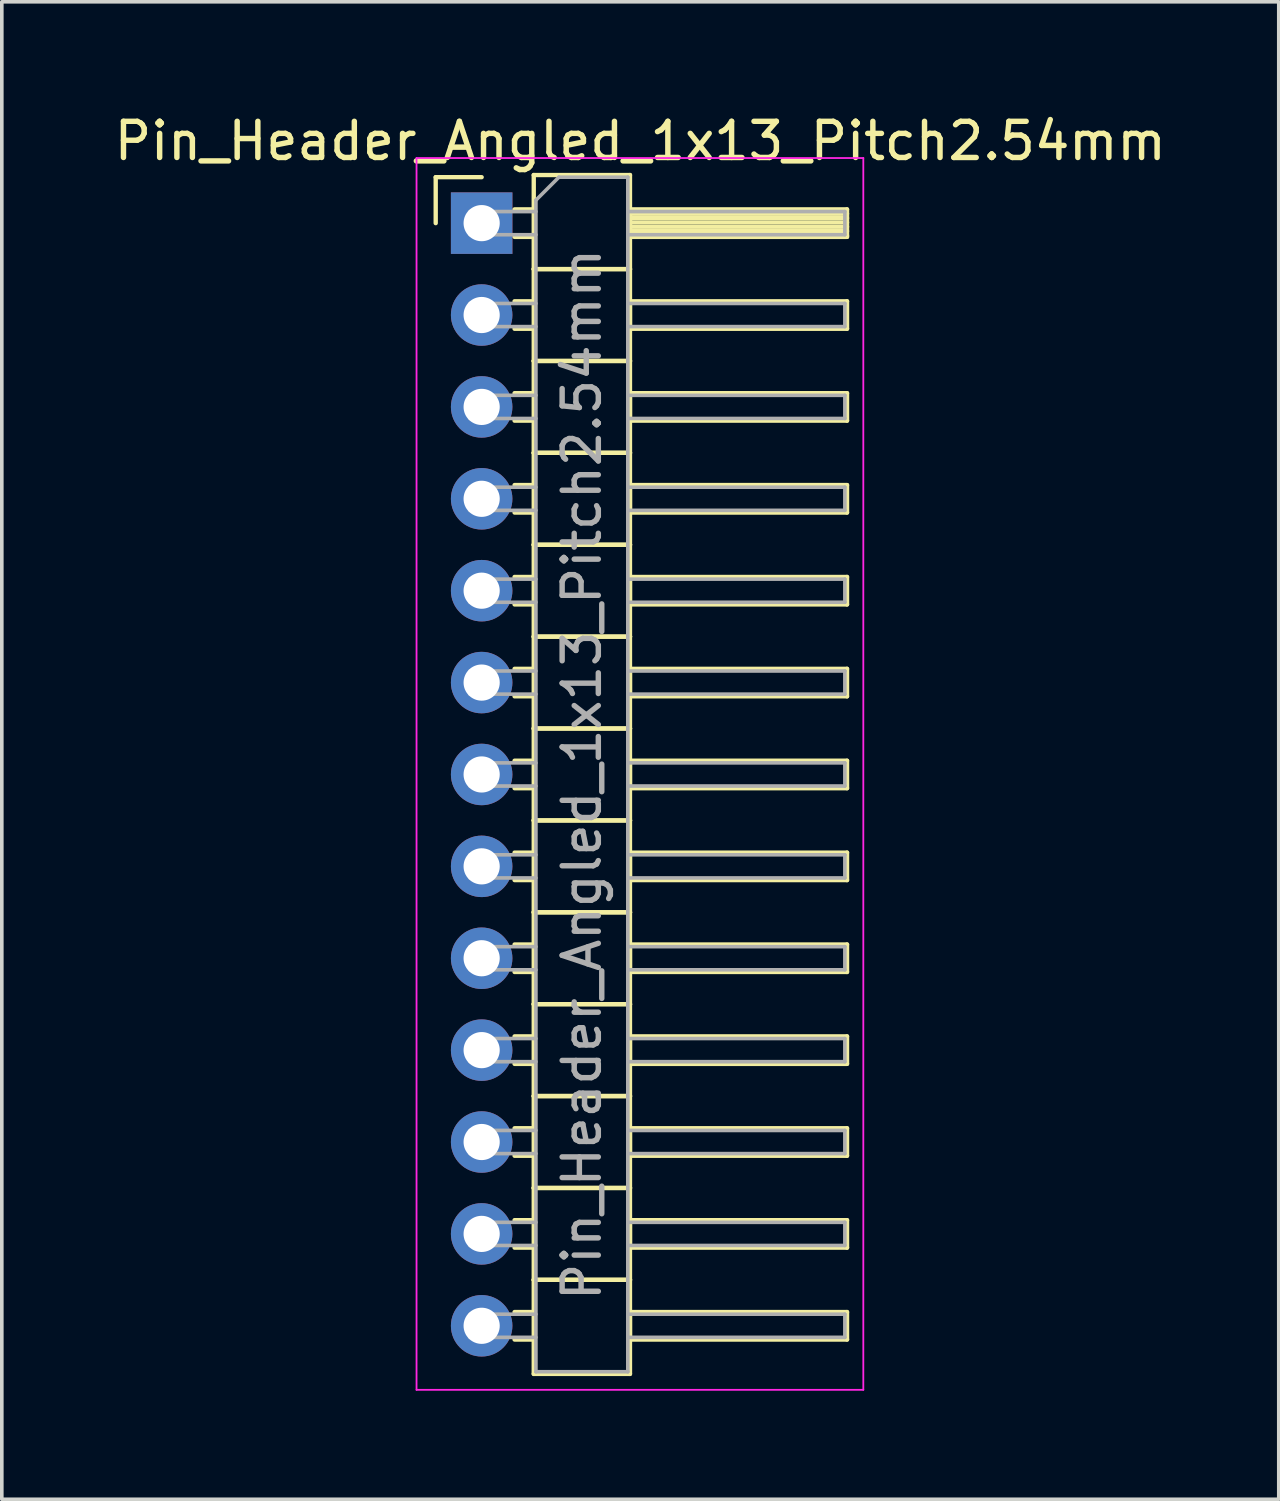
<source format=kicad_pcb>
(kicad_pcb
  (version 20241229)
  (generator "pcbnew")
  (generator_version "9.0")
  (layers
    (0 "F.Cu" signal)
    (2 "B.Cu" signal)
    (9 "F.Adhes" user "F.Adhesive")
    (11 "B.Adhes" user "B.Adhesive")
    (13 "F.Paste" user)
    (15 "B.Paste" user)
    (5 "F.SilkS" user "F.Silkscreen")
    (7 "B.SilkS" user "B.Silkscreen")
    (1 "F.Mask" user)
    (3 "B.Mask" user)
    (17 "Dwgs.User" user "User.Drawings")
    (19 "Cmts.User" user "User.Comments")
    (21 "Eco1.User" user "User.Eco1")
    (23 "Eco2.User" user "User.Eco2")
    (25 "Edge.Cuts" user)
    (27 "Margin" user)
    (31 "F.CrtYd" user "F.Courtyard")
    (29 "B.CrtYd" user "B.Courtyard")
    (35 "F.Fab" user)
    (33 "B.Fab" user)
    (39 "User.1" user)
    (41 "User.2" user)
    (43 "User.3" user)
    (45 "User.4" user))
  (footprint "Pin_Header_Angled_1x13_Pitch2.54mm"
    (layer "F.Cu")
    (at 10.264 3.118)
    (property "Reference" "Pin_Header_Angled_1x13_Pitch2.54mm" (at 4.385 -2.27 0) (layer "F.SilkS") (effects (font (size 1 1) (thickness 0.15))))
    (attr through_hole)
    (fp_line (start -1.27 -1.27) (end 0 -1.27) (stroke (width 0.12) (type solid)) (layer "F.SilkS"))
    (fp_line (start -1.27 0) (end -1.27 -1.27) (stroke (width 0.12) (type solid)) (layer "F.SilkS"))
    (fp_line (start 0.91 -0.38) (end 1.44 -0.38) (stroke (width 0.12) (type solid)) (layer "F.SilkS"))
    (fp_line (start 0.91 0.38) (end 1.44 0.38) (stroke (width 0.12) (type solid)) (layer "F.SilkS"))
    (fp_line (start 0.91 2.16) (end 1.44 2.16) (stroke (width 0.12) (type solid)) (layer "F.SilkS"))
    (fp_line (start 0.91 2.92) (end 1.44 2.92) (stroke (width 0.12) (type solid)) (layer "F.SilkS"))
    (fp_line (start 0.91 4.7) (end 1.44 4.7) (stroke (width 0.12) (type solid)) (layer "F.SilkS"))
    (fp_line (start 0.91 5.46) (end 1.44 5.46) (stroke (width 0.12) (type solid)) (layer "F.SilkS"))
    (fp_line (start 0.91 7.24) (end 1.44 7.24) (stroke (width 0.12) (type solid)) (layer "F.SilkS"))
    (fp_line (start 0.91 8) (end 1.44 8) (stroke (width 0.12) (type solid)) (layer "F.SilkS"))
    (fp_line (start 0.91 9.78) (end 1.44 9.78) (stroke (width 0.12) (type solid)) (layer "F.SilkS"))
    (fp_line (start 0.91 10.54) (end 1.44 10.54) (stroke (width 0.12) (type solid)) (layer "F.SilkS"))
    (fp_line (start 0.91 12.32) (end 1.44 12.32) (stroke (width 0.12) (type solid)) (layer "F.SilkS"))
    (fp_line (start 0.91 13.08) (end 1.44 13.08) (stroke (width 0.12) (type solid)) (layer "F.SilkS"))
    (fp_line (start 0.91 14.86) (end 1.44 14.86) (stroke (width 0.12) (type solid)) (layer "F.SilkS"))
    (fp_line (start 0.91 15.62) (end 1.44 15.62) (stroke (width 0.12) (type solid)) (layer "F.SilkS"))
    (fp_line (start 0.91 17.4) (end 1.44 17.4) (stroke (width 0.12) (type solid)) (layer "F.SilkS"))
    (fp_line (start 0.91 18.16) (end 1.44 18.16) (stroke (width 0.12) (type solid)) (layer "F.SilkS"))
    (fp_line (start 0.91 19.94) (end 1.44 19.94) (stroke (width 0.12) (type solid)) (layer "F.SilkS"))
    (fp_line (start 0.91 20.7) (end 1.44 20.7) (stroke (width 0.12) (type solid)) (layer "F.SilkS"))
    (fp_line (start 0.91 22.48) (end 1.44 22.48) (stroke (width 0.12) (type solid)) (layer "F.SilkS"))
    (fp_line (start 0.91 23.24) (end 1.44 23.24) (stroke (width 0.12) (type solid)) (layer "F.SilkS"))
    (fp_line (start 0.91 25.02) (end 1.44 25.02) (stroke (width 0.12) (type solid)) (layer "F.SilkS"))
    (fp_line (start 0.91 25.78) (end 1.44 25.78) (stroke (width 0.12) (type solid)) (layer "F.SilkS"))
    (fp_line (start 0.91 27.56) (end 1.44 27.56) (stroke (width 0.12) (type solid)) (layer "F.SilkS"))
    (fp_line (start 0.91 28.32) (end 1.44 28.32) (stroke (width 0.12) (type solid)) (layer "F.SilkS"))
    (fp_line (start 0.91 30.1) (end 1.44 30.1) (stroke (width 0.12) (type solid)) (layer "F.SilkS"))
    (fp_line (start 0.91 30.86) (end 1.44 30.86) (stroke (width 0.12) (type solid)) (layer "F.SilkS"))
    (fp_line (start 1.44 -1.33) (end 1.44 1.27) (stroke (width 0.12) (type solid)) (layer "F.SilkS"))
    (fp_line (start 1.44 1.27) (end 1.44 3.81) (stroke (width 0.12) (type solid)) (layer "F.SilkS"))
    (fp_line (start 1.44 1.27) (end 4.1 1.27) (stroke (width 0.12) (type solid)) (layer "F.SilkS"))
    (fp_line (start 1.44 3.81) (end 1.44 6.35) (stroke (width 0.12) (type solid)) (layer "F.SilkS"))
    (fp_line (start 1.44 3.81) (end 4.1 3.81) (stroke (width 0.12) (type solid)) (layer "F.SilkS"))
    (fp_line (start 1.44 6.35) (end 1.44 8.89) (stroke (width 0.12) (type solid)) (layer "F.SilkS"))
    (fp_line (start 1.44 6.35) (end 4.1 6.35) (stroke (width 0.12) (type solid)) (layer "F.SilkS"))
    (fp_line (start 1.44 8.89) (end 1.44 11.43) (stroke (width 0.12) (type solid)) (layer "F.SilkS"))
    (fp_line (start 1.44 8.89) (end 4.1 8.89) (stroke (width 0.12) (type solid)) (layer "F.SilkS"))
    (fp_line (start 1.44 11.43) (end 1.44 13.97) (stroke (width 0.12) (type solid)) (layer "F.SilkS"))
    (fp_line (start 1.44 11.43) (end 4.1 11.43) (stroke (width 0.12) (type solid)) (layer "F.SilkS"))
    (fp_line (start 1.44 13.97) (end 1.44 16.51) (stroke (width 0.12) (type solid)) (layer "F.SilkS"))
    (fp_line (start 1.44 13.97) (end 4.1 13.97) (stroke (width 0.12) (type solid)) (layer "F.SilkS"))
    (fp_line (start 1.44 16.51) (end 1.44 19.05) (stroke (width 0.12) (type solid)) (layer "F.SilkS"))
    (fp_line (start 1.44 16.51) (end 4.1 16.51) (stroke (width 0.12) (type solid)) (layer "F.SilkS"))
    (fp_line (start 1.44 19.05) (end 1.44 21.59) (stroke (width 0.12) (type solid)) (layer "F.SilkS"))
    (fp_line (start 1.44 19.05) (end 4.1 19.05) (stroke (width 0.12) (type solid)) (layer "F.SilkS"))
    (fp_line (start 1.44 21.59) (end 1.44 24.13) (stroke (width 0.12) (type solid)) (layer "F.SilkS"))
    (fp_line (start 1.44 21.59) (end 4.1 21.59) (stroke (width 0.12) (type solid)) (layer "F.SilkS"))
    (fp_line (start 1.44 24.13) (end 1.44 26.67) (stroke (width 0.12) (type solid)) (layer "F.SilkS"))
    (fp_line (start 1.44 24.13) (end 4.1 24.13) (stroke (width 0.12) (type solid)) (layer "F.SilkS"))
    (fp_line (start 1.44 26.67) (end 1.44 29.21) (stroke (width 0.12) (type solid)) (layer "F.SilkS"))
    (fp_line (start 1.44 26.67) (end 4.1 26.67) (stroke (width 0.12) (type solid)) (layer "F.SilkS"))
    (fp_line (start 1.44 29.21) (end 1.44 31.81) (stroke (width 0.12) (type solid)) (layer "F.SilkS"))
    (fp_line (start 1.44 29.21) (end 4.1 29.21) (stroke (width 0.12) (type solid)) (layer "F.SilkS"))
    (fp_line (start 1.44 31.81) (end 4.1 31.81) (stroke (width 0.12) (type solid)) (layer "F.SilkS"))
    (fp_line (start 4.1 -1.33) (end 1.44 -1.33) (stroke (width 0.12) (type solid)) (layer "F.SilkS"))
    (fp_line (start 4.1 -0.38) (end 4.1 0.38) (stroke (width 0.12) (type solid)) (layer "F.SilkS"))
    (fp_line (start 4.1 -0.26) (end 10.1 -0.26) (stroke (width 0.12) (type solid)) (layer "F.SilkS"))
    (fp_line (start 4.1 -0.14) (end 10.1 -0.14) (stroke (width 0.12) (type solid)) (layer "F.SilkS"))
    (fp_line (start 4.1 -0.02) (end 10.1 -0.02) (stroke (width 0.12) (type solid)) (layer "F.SilkS"))
    (fp_line (start 4.1 0.1) (end 10.1 0.1) (stroke (width 0.12) (type solid)) (layer "F.SilkS"))
    (fp_line (start 4.1 0.22) (end 10.1 0.22) (stroke (width 0.12) (type solid)) (layer "F.SilkS"))
    (fp_line (start 4.1 0.34) (end 10.1 0.34) (stroke (width 0.12) (type solid)) (layer "F.SilkS"))
    (fp_line (start 4.1 0.38) (end 10.1 0.38) (stroke (width 0.12) (type solid)) (layer "F.SilkS"))
    (fp_line (start 4.1 1.27) (end 1.44 1.27) (stroke (width 0.12) (type solid)) (layer "F.SilkS"))
    (fp_line (start 4.1 1.27) (end 4.1 -1.33) (stroke (width 0.12) (type solid)) (layer "F.SilkS"))
    (fp_line (start 4.1 2.16) (end 4.1 2.92) (stroke (width 0.12) (type solid)) (layer "F.SilkS"))
    (fp_line (start 4.1 2.92) (end 10.1 2.92) (stroke (width 0.12) (type solid)) (layer "F.SilkS"))
    (fp_line (start 4.1 3.81) (end 1.44 3.81) (stroke (width 0.12) (type solid)) (layer "F.SilkS"))
    (fp_line (start 4.1 3.81) (end 4.1 1.27) (stroke (width 0.12) (type solid)) (layer "F.SilkS"))
    (fp_line (start 4.1 4.7) (end 4.1 5.46) (stroke (width 0.12) (type solid)) (layer "F.SilkS"))
    (fp_line (start 4.1 5.46) (end 10.1 5.46) (stroke (width 0.12) (type solid)) (layer "F.SilkS"))
    (fp_line (start 4.1 6.35) (end 1.44 6.35) (stroke (width 0.12) (type solid)) (layer "F.SilkS"))
    (fp_line (start 4.1 6.35) (end 4.1 3.81) (stroke (width 0.12) (type solid)) (layer "F.SilkS"))
    (fp_line (start 4.1 7.24) (end 4.1 8) (stroke (width 0.12) (type solid)) (layer "F.SilkS"))
    (fp_line (start 4.1 8) (end 10.1 8) (stroke (width 0.12) (type solid)) (layer "F.SilkS"))
    (fp_line (start 4.1 8.89) (end 1.44 8.89) (stroke (width 0.12) (type solid)) (layer "F.SilkS"))
    (fp_line (start 4.1 8.89) (end 4.1 6.35) (stroke (width 0.12) (type solid)) (layer "F.SilkS"))
    (fp_line (start 4.1 9.78) (end 4.1 10.54) (stroke (width 0.12) (type solid)) (layer "F.SilkS"))
    (fp_line (start 4.1 10.54) (end 10.1 10.54) (stroke (width 0.12) (type solid)) (layer "F.SilkS"))
    (fp_line (start 4.1 11.43) (end 1.44 11.43) (stroke (width 0.12) (type solid)) (layer "F.SilkS"))
    (fp_line (start 4.1 11.43) (end 4.1 8.89) (stroke (width 0.12) (type solid)) (layer "F.SilkS"))
    (fp_line (start 4.1 12.32) (end 4.1 13.08) (stroke (width 0.12) (type solid)) (layer "F.SilkS"))
    (fp_line (start 4.1 13.08) (end 10.1 13.08) (stroke (width 0.12) (type solid)) (layer "F.SilkS"))
    (fp_line (start 4.1 13.97) (end 1.44 13.97) (stroke (width 0.12) (type solid)) (layer "F.SilkS"))
    (fp_line (start 4.1 13.97) (end 4.1 11.43) (stroke (width 0.12) (type solid)) (layer "F.SilkS"))
    (fp_line (start 4.1 14.86) (end 4.1 15.62) (stroke (width 0.12) (type solid)) (layer "F.SilkS"))
    (fp_line (start 4.1 15.62) (end 10.1 15.62) (stroke (width 0.12) (type solid)) (layer "F.SilkS"))
    (fp_line (start 4.1 16.51) (end 1.44 16.51) (stroke (width 0.12) (type solid)) (layer "F.SilkS"))
    (fp_line (start 4.1 16.51) (end 4.1 13.97) (stroke (width 0.12) (type solid)) (layer "F.SilkS"))
    (fp_line (start 4.1 17.4) (end 4.1 18.16) (stroke (width 0.12) (type solid)) (layer "F.SilkS"))
    (fp_line (start 4.1 18.16) (end 10.1 18.16) (stroke (width 0.12) (type solid)) (layer "F.SilkS"))
    (fp_line (start 4.1 19.05) (end 1.44 19.05) (stroke (width 0.12) (type solid)) (layer "F.SilkS"))
    (fp_line (start 4.1 19.05) (end 4.1 16.51) (stroke (width 0.12) (type solid)) (layer "F.SilkS"))
    (fp_line (start 4.1 19.94) (end 4.1 20.7) (stroke (width 0.12) (type solid)) (layer "F.SilkS"))
    (fp_line (start 4.1 20.7) (end 10.1 20.7) (stroke (width 0.12) (type solid)) (layer "F.SilkS"))
    (fp_line (start 4.1 21.59) (end 1.44 21.59) (stroke (width 0.12) (type solid)) (layer "F.SilkS"))
    (fp_line (start 4.1 21.59) (end 4.1 19.05) (stroke (width 0.12) (type solid)) (layer "F.SilkS"))
    (fp_line (start 4.1 22.48) (end 4.1 23.24) (stroke (width 0.12) (type solid)) (layer "F.SilkS"))
    (fp_line (start 4.1 23.24) (end 10.1 23.24) (stroke (width 0.12) (type solid)) (layer "F.SilkS"))
    (fp_line (start 4.1 24.13) (end 1.44 24.13) (stroke (width 0.12) (type solid)) (layer "F.SilkS"))
    (fp_line (start 4.1 24.13) (end 4.1 21.59) (stroke (width 0.12) (type solid)) (layer "F.SilkS"))
    (fp_line (start 4.1 25.02) (end 4.1 25.78) (stroke (width 0.12) (type solid)) (layer "F.SilkS"))
    (fp_line (start 4.1 25.78) (end 10.1 25.78) (stroke (width 0.12) (type solid)) (layer "F.SilkS"))
    (fp_line (start 4.1 26.67) (end 1.44 26.67) (stroke (width 0.12) (type solid)) (layer "F.SilkS"))
    (fp_line (start 4.1 26.67) (end 4.1 24.13) (stroke (width 0.12) (type solid)) (layer "F.SilkS"))
    (fp_line (start 4.1 27.56) (end 4.1 28.32) (stroke (width 0.12) (type solid)) (layer "F.SilkS"))
    (fp_line (start 4.1 28.32) (end 10.1 28.32) (stroke (width 0.12) (type solid)) (layer "F.SilkS"))
    (fp_line (start 4.1 29.21) (end 1.44 29.21) (stroke (width 0.12) (type solid)) (layer "F.SilkS"))
    (fp_line (start 4.1 29.21) (end 4.1 26.67) (stroke (width 0.12) (type solid)) (layer "F.SilkS"))
    (fp_line (start 4.1 30.1) (end 4.1 30.86) (stroke (width 0.12) (type solid)) (layer "F.SilkS"))
    (fp_line (start 4.1 30.86) (end 10.1 30.86) (stroke (width 0.12) (type solid)) (layer "F.SilkS"))
    (fp_line (start 4.1 31.81) (end 4.1 29.21) (stroke (width 0.12) (type solid)) (layer "F.SilkS"))
    (fp_line (start 10.1 -0.38) (end 4.1 -0.38) (stroke (width 0.12) (type solid)) (layer "F.SilkS"))
    (fp_line (start 10.1 0.38) (end 10.1 -0.38) (stroke (width 0.12) (type solid)) (layer "F.SilkS"))
    (fp_line (start 10.1 2.16) (end 4.1 2.16) (stroke (width 0.12) (type solid)) (layer "F.SilkS"))
    (fp_line (start 10.1 2.92) (end 10.1 2.16) (stroke (width 0.12) (type solid)) (layer "F.SilkS"))
    (fp_line (start 10.1 4.7) (end 4.1 4.7) (stroke (width 0.12) (type solid)) (layer "F.SilkS"))
    (fp_line (start 10.1 5.46) (end 10.1 4.7) (stroke (width 0.12) (type solid)) (layer "F.SilkS"))
    (fp_line (start 10.1 7.24) (end 4.1 7.24) (stroke (width 0.12) (type solid)) (layer "F.SilkS"))
    (fp_line (start 10.1 8) (end 10.1 7.24) (stroke (width 0.12) (type solid)) (layer "F.SilkS"))
    (fp_line (start 10.1 9.78) (end 4.1 9.78) (stroke (width 0.12) (type solid)) (layer "F.SilkS"))
    (fp_line (start 10.1 10.54) (end 10.1 9.78) (stroke (width 0.12) (type solid)) (layer "F.SilkS"))
    (fp_line (start 10.1 12.32) (end 4.1 12.32) (stroke (width 0.12) (type solid)) (layer "F.SilkS"))
    (fp_line (start 10.1 13.08) (end 10.1 12.32) (stroke (width 0.12) (type solid)) (layer "F.SilkS"))
    (fp_line (start 10.1 14.86) (end 4.1 14.86) (stroke (width 0.12) (type solid)) (layer "F.SilkS"))
    (fp_line (start 10.1 15.62) (end 10.1 14.86) (stroke (width 0.12) (type solid)) (layer "F.SilkS"))
    (fp_line (start 10.1 17.4) (end 4.1 17.4) (stroke (width 0.12) (type solid)) (layer "F.SilkS"))
    (fp_line (start 10.1 18.16) (end 10.1 17.4) (stroke (width 0.12) (type solid)) (layer "F.SilkS"))
    (fp_line (start 10.1 19.94) (end 4.1 19.94) (stroke (width 0.12) (type solid)) (layer "F.SilkS"))
    (fp_line (start 10.1 20.7) (end 10.1 19.94) (stroke (width 0.12) (type solid)) (layer "F.SilkS"))
    (fp_line (start 10.1 22.48) (end 4.1 22.48) (stroke (width 0.12) (type solid)) (layer "F.SilkS"))
    (fp_line (start 10.1 23.24) (end 10.1 22.48) (stroke (width 0.12) (type solid)) (layer "F.SilkS"))
    (fp_line (start 10.1 25.02) (end 4.1 25.02) (stroke (width 0.12) (type solid)) (layer "F.SilkS"))
    (fp_line (start 10.1 25.78) (end 10.1 25.02) (stroke (width 0.12) (type solid)) (layer "F.SilkS"))
    (fp_line (start 10.1 27.56) (end 4.1 27.56) (stroke (width 0.12) (type solid)) (layer "F.SilkS"))
    (fp_line (start 10.1 28.32) (end 10.1 27.56) (stroke (width 0.12) (type solid)) (layer "F.SilkS"))
    (fp_line (start 10.1 30.1) (end 4.1 30.1) (stroke (width 0.12) (type solid)) (layer "F.SilkS"))
    (fp_line (start 10.1 30.86) (end 10.1 30.1) (stroke (width 0.12) (type solid)) (layer "F.SilkS"))
    (fp_line (start -1.8 -1.8) (end -1.8 32.25) (stroke (width 0.05) (type solid)) (layer "F.CrtYd"))
    (fp_line (start -1.8 32.25) (end 10.55 32.25) (stroke (width 0.05) (type solid)) (layer "F.CrtYd"))
    (fp_line (start 10.55 -1.8) (end -1.8 -1.8) (stroke (width 0.05) (type solid)) (layer "F.CrtYd"))
    (fp_line (start 10.55 32.25) (end 10.55 -1.8) (stroke (width 0.05) (type solid)) (layer "F.CrtYd"))
    (fp_line (start -0.32 -0.32) (end -0.32 0.32) (stroke (width 0.1) (type solid)) (layer "F.Fab"))
    (fp_line (start -0.32 -0.32) (end 1.5 -0.32) (stroke (width 0.1) (type solid)) (layer "F.Fab"))
    (fp_line (start -0.32 0.32) (end 1.5 0.32) (stroke (width 0.1) (type solid)) (layer "F.Fab"))
    (fp_line (start -0.32 2.22) (end -0.32 2.86) (stroke (width 0.1) (type solid)) (layer "F.Fab"))
    (fp_line (start -0.32 2.22) (end 1.5 2.22) (stroke (width 0.1) (type solid)) (layer "F.Fab"))
    (fp_line (start -0.32 2.86) (end 1.5 2.86) (stroke (width 0.1) (type solid)) (layer "F.Fab"))
    (fp_line (start -0.32 4.76) (end -0.32 5.4) (stroke (width 0.1) (type solid)) (layer "F.Fab"))
    (fp_line (start -0.32 4.76) (end 1.5 4.76) (stroke (width 0.1) (type solid)) (layer "F.Fab"))
    (fp_line (start -0.32 5.4) (end 1.5 5.4) (stroke (width 0.1) (type solid)) (layer "F.Fab"))
    (fp_line (start -0.32 7.3) (end -0.32 7.94) (stroke (width 0.1) (type solid)) (layer "F.Fab"))
    (fp_line (start -0.32 7.3) (end 1.5 7.3) (stroke (width 0.1) (type solid)) (layer "F.Fab"))
    (fp_line (start -0.32 7.94) (end 1.5 7.94) (stroke (width 0.1) (type solid)) (layer "F.Fab"))
    (fp_line (start -0.32 9.84) (end -0.32 10.48) (stroke (width 0.1) (type solid)) (layer "F.Fab"))
    (fp_line (start -0.32 9.84) (end 1.5 9.84) (stroke (width 0.1) (type solid)) (layer "F.Fab"))
    (fp_line (start -0.32 10.48) (end 1.5 10.48) (stroke (width 0.1) (type solid)) (layer "F.Fab"))
    (fp_line (start -0.32 12.38) (end -0.32 13.02) (stroke (width 0.1) (type solid)) (layer "F.Fab"))
    (fp_line (start -0.32 12.38) (end 1.5 12.38) (stroke (width 0.1) (type solid)) (layer "F.Fab"))
    (fp_line (start -0.32 13.02) (end 1.5 13.02) (stroke (width 0.1) (type solid)) (layer "F.Fab"))
    (fp_line (start -0.32 14.92) (end -0.32 15.56) (stroke (width 0.1) (type solid)) (layer "F.Fab"))
    (fp_line (start -0.32 14.92) (end 1.5 14.92) (stroke (width 0.1) (type solid)) (layer "F.Fab"))
    (fp_line (start -0.32 15.56) (end 1.5 15.56) (stroke (width 0.1) (type solid)) (layer "F.Fab"))
    (fp_line (start -0.32 17.46) (end -0.32 18.1) (stroke (width 0.1) (type solid)) (layer "F.Fab"))
    (fp_line (start -0.32 17.46) (end 1.5 17.46) (stroke (width 0.1) (type solid)) (layer "F.Fab"))
    (fp_line (start -0.32 18.1) (end 1.5 18.1) (stroke (width 0.1) (type solid)) (layer "F.Fab"))
    (fp_line (start -0.32 20) (end -0.32 20.64) (stroke (width 0.1) (type solid)) (layer "F.Fab"))
    (fp_line (start -0.32 20) (end 1.5 20) (stroke (width 0.1) (type solid)) (layer "F.Fab"))
    (fp_line (start -0.32 20.64) (end 1.5 20.64) (stroke (width 0.1) (type solid)) (layer "F.Fab"))
    (fp_line (start -0.32 22.54) (end -0.32 23.18) (stroke (width 0.1) (type solid)) (layer "F.Fab"))
    (fp_line (start -0.32 22.54) (end 1.5 22.54) (stroke (width 0.1) (type solid)) (layer "F.Fab"))
    (fp_line (start -0.32 23.18) (end 1.5 23.18) (stroke (width 0.1) (type solid)) (layer "F.Fab"))
    (fp_line (start -0.32 25.08) (end -0.32 25.72) (stroke (width 0.1) (type solid)) (layer "F.Fab"))
    (fp_line (start -0.32 25.08) (end 1.5 25.08) (stroke (width 0.1) (type solid)) (layer "F.Fab"))
    (fp_line (start -0.32 25.72) (end 1.5 25.72) (stroke (width 0.1) (type solid)) (layer "F.Fab"))
    (fp_line (start -0.32 27.62) (end -0.32 28.26) (stroke (width 0.1) (type solid)) (layer "F.Fab"))
    (fp_line (start -0.32 27.62) (end 1.5 27.62) (stroke (width 0.1) (type solid)) (layer "F.Fab"))
    (fp_line (start -0.32 28.26) (end 1.5 28.26) (stroke (width 0.1) (type solid)) (layer "F.Fab"))
    (fp_line (start -0.32 30.16) (end -0.32 30.8) (stroke (width 0.1) (type solid)) (layer "F.Fab"))
    (fp_line (start -0.32 30.16) (end 1.5 30.16) (stroke (width 0.1) (type solid)) (layer "F.Fab"))
    (fp_line (start -0.32 30.8) (end 1.5 30.8) (stroke (width 0.1) (type solid)) (layer "F.Fab"))
    (fp_line (start 1.5 -0.635) (end 2.135 -1.27) (stroke (width 0.1) (type solid)) (layer "F.Fab"))
    (fp_line (start 1.5 31.75) (end 1.5 -0.635) (stroke (width 0.1) (type solid)) (layer "F.Fab"))
    (fp_line (start 2.135 -1.27) (end 4.04 -1.27) (stroke (width 0.1) (type solid)) (layer "F.Fab"))
    (fp_line (start 4.04 -1.27) (end 4.04 31.75) (stroke (width 0.1) (type solid)) (layer "F.Fab"))
    (fp_line (start 4.04 -0.32) (end 10.04 -0.32) (stroke (width 0.1) (type solid)) (layer "F.Fab"))
    (fp_line (start 4.04 0.32) (end 10.04 0.32) (stroke (width 0.1) (type solid)) (layer "F.Fab"))
    (fp_line (start 4.04 2.22) (end 10.04 2.22) (stroke (width 0.1) (type solid)) (layer "F.Fab"))
    (fp_line (start 4.04 2.86) (end 10.04 2.86) (stroke (width 0.1) (type solid)) (layer "F.Fab"))
    (fp_line (start 4.04 4.76) (end 10.04 4.76) (stroke (width 0.1) (type solid)) (layer "F.Fab"))
    (fp_line (start 4.04 5.4) (end 10.04 5.4) (stroke (width 0.1) (type solid)) (layer "F.Fab"))
    (fp_line (start 4.04 7.3) (end 10.04 7.3) (stroke (width 0.1) (type solid)) (layer "F.Fab"))
    (fp_line (start 4.04 7.94) (end 10.04 7.94) (stroke (width 0.1) (type solid)) (layer "F.Fab"))
    (fp_line (start 4.04 9.84) (end 10.04 9.84) (stroke (width 0.1) (type solid)) (layer "F.Fab"))
    (fp_line (start 4.04 10.48) (end 10.04 10.48) (stroke (width 0.1) (type solid)) (layer "F.Fab"))
    (fp_line (start 4.04 12.38) (end 10.04 12.38) (stroke (width 0.1) (type solid)) (layer "F.Fab"))
    (fp_line (start 4.04 13.02) (end 10.04 13.02) (stroke (width 0.1) (type solid)) (layer "F.Fab"))
    (fp_line (start 4.04 14.92) (end 10.04 14.92) (stroke (width 0.1) (type solid)) (layer "F.Fab"))
    (fp_line (start 4.04 15.56) (end 10.04 15.56) (stroke (width 0.1) (type solid)) (layer "F.Fab"))
    (fp_line (start 4.04 17.46) (end 10.04 17.46) (stroke (width 0.1) (type solid)) (layer "F.Fab"))
    (fp_line (start 4.04 18.1) (end 10.04 18.1) (stroke (width 0.1) (type solid)) (layer "F.Fab"))
    (fp_line (start 4.04 20) (end 10.04 20) (stroke (width 0.1) (type solid)) (layer "F.Fab"))
    (fp_line (start 4.04 20.64) (end 10.04 20.64) (stroke (width 0.1) (type solid)) (layer "F.Fab"))
    (fp_line (start 4.04 22.54) (end 10.04 22.54) (stroke (width 0.1) (type solid)) (layer "F.Fab"))
    (fp_line (start 4.04 23.18) (end 10.04 23.18) (stroke (width 0.1) (type solid)) (layer "F.Fab"))
    (fp_line (start 4.04 25.08) (end 10.04 25.08) (stroke (width 0.1) (type solid)) (layer "F.Fab"))
    (fp_line (start 4.04 25.72) (end 10.04 25.72) (stroke (width 0.1) (type solid)) (layer "F.Fab"))
    (fp_line (start 4.04 27.62) (end 10.04 27.62) (stroke (width 0.1) (type solid)) (layer "F.Fab"))
    (fp_line (start 4.04 28.26) (end 10.04 28.26) (stroke (width 0.1) (type solid)) (layer "F.Fab"))
    (fp_line (start 4.04 30.16) (end 10.04 30.16) (stroke (width 0.1) (type solid)) (layer "F.Fab"))
    (fp_line (start 4.04 30.8) (end 10.04 30.8) (stroke (width 0.1) (type solid)) (layer "F.Fab"))
    (fp_line (start 4.04 31.75) (end 1.5 31.75) (stroke (width 0.1) (type solid)) (layer "F.Fab"))
    (fp_line (start 10.04 -0.32) (end 10.04 0.32) (stroke (width 0.1) (type solid)) (layer "F.Fab"))
    (fp_line (start 10.04 2.22) (end 10.04 2.86) (stroke (width 0.1) (type solid)) (layer "F.Fab"))
    (fp_line (start 10.04 4.76) (end 10.04 5.4) (stroke (width 0.1) (type solid)) (layer "F.Fab"))
    (fp_line (start 10.04 7.3) (end 10.04 7.94) (stroke (width 0.1) (type solid)) (layer "F.Fab"))
    (fp_line (start 10.04 9.84) (end 10.04 10.48) (stroke (width 0.1) (type solid)) (layer "F.Fab"))
    (fp_line (start 10.04 12.38) (end 10.04 13.02) (stroke (width 0.1) (type solid)) (layer "F.Fab"))
    (fp_line (start 10.04 14.92) (end 10.04 15.56) (stroke (width 0.1) (type solid)) (layer "F.Fab"))
    (fp_line (start 10.04 17.46) (end 10.04 18.1) (stroke (width 0.1) (type solid)) (layer "F.Fab"))
    (fp_line (start 10.04 20) (end 10.04 20.64) (stroke (width 0.1) (type solid)) (layer "F.Fab"))
    (fp_line (start 10.04 22.54) (end 10.04 23.18) (stroke (width 0.1) (type solid)) (layer "F.Fab"))
    (fp_line (start 10.04 25.08) (end 10.04 25.72) (stroke (width 0.1) (type solid)) (layer "F.Fab"))
    (fp_line (start 10.04 27.62) (end 10.04 28.26) (stroke (width 0.1) (type solid)) (layer "F.Fab"))
    (fp_line (start 10.04 30.16) (end 10.04 30.8) (stroke (width 0.1) (type solid)) (layer "F.Fab"))
    (fp_text user "${REFERENCE}" (at 2.77 15.24 90) (layer "F.Fab") (effects (font (size 1 1) (thickness 0.15))))
    (pad "1" thru_hole rect (at 0 0) (size 1.7 1.7) (drill 1) (layers "*.Cu" "*.Mask"))
    (pad "2" thru_hole oval (at 0 2.54) (size 1.7 1.7) (drill 1) (layers "*.Cu" "*.Mask"))
    (pad "3" thru_hole oval (at 0 5.08) (size 1.7 1.7) (drill 1) (layers "*.Cu" "*.Mask"))
    (pad "4" thru_hole oval (at 0 7.62) (size 1.7 1.7) (drill 1) (layers "*.Cu" "*.Mask"))
    (pad "5" thru_hole oval (at 0 10.16) (size 1.7 1.7) (drill 1) (layers "*.Cu" "*.Mask"))
    (pad "6" thru_hole oval (at 0 12.7) (size 1.7 1.7) (drill 1) (layers "*.Cu" "*.Mask"))
    (pad "7" thru_hole oval (at 0 15.24) (size 1.7 1.7) (drill 1) (layers "*.Cu" "*.Mask"))
    (pad "8" thru_hole oval (at 0 17.78) (size 1.7 1.7) (drill 1) (layers "*.Cu" "*.Mask"))
    (pad "9" thru_hole oval (at 0 20.32) (size 1.7 1.7) (drill 1) (layers "*.Cu" "*.Mask"))
    (pad "10" thru_hole oval (at 0 22.86) (size 1.7 1.7) (drill 1) (layers "*.Cu" "*.Mask"))
    (pad "11" thru_hole oval (at 0 25.4) (size 1.7 1.7) (drill 1) (layers "*.Cu" "*.Mask"))
    (pad "12" thru_hole oval (at 0 27.94) (size 1.7 1.7) (drill 1) (layers "*.Cu" "*.Mask"))
    (pad "13" thru_hole oval (at 0 30.48) (size 1.7 1.7) (drill 1) (layers "*.Cu" "*.Mask")))
  (gr_rect
    (start -3 -3)
    (end 32.298 38.393)
    (stroke (width 0.1) (type default))
    (fill no)
    (layer "Edge.Cuts")))
</source>
